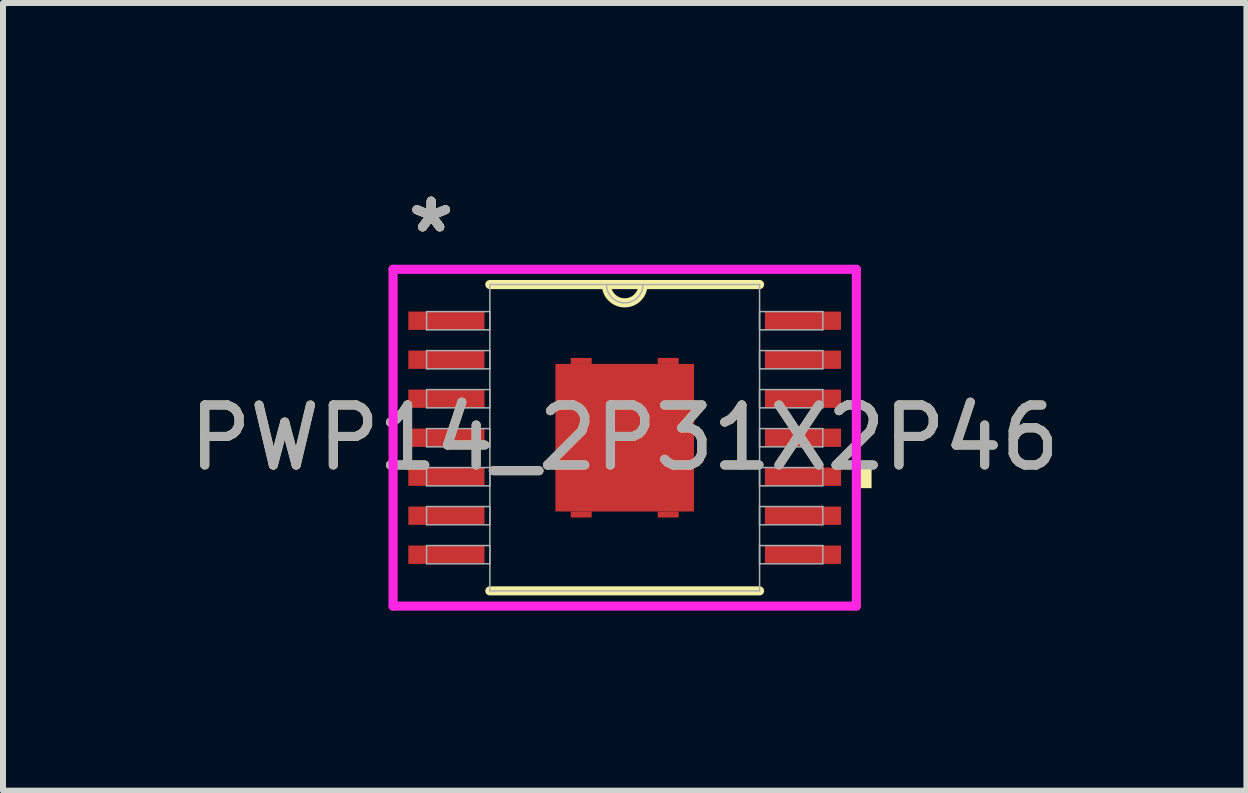
<source format=kicad_pcb>
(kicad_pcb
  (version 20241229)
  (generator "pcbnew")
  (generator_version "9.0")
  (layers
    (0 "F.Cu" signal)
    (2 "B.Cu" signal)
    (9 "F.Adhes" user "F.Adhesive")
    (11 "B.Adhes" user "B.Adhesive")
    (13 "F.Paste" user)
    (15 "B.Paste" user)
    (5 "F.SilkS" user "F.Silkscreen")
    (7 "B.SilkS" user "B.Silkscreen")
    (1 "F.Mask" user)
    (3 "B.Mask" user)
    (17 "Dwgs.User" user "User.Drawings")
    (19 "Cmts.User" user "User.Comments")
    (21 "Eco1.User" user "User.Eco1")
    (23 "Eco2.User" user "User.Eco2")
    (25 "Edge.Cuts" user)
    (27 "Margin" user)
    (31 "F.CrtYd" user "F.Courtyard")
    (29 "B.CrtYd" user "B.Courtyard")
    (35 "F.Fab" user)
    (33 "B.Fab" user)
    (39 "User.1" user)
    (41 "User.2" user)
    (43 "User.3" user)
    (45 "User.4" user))
  (footprint "PWP14_2P31X2P46"
    (layer "F.Cu")
    (at 7.363 4.246)
    (property "Reference" "PWP14_2P31X2P46" (at 0 0 0) (unlocked yes) (layer "F.SilkS") (effects (font (size 1 1) (thickness 0.15))))
    (attr smd)
    (fp_poly (pts (xy -0.55 -1.23) (xy -0.55 -1.33) (xy -0.9 -1.33) (xy -0.9 -1.23)) (stroke (width 0) (type solid)) (fill yes) (layer "F.Cu"))
    (fp_poly (pts (xy -0.55 1.23) (xy -0.55 1.33) (xy -0.9 1.33) (xy -0.9 1.23)) (stroke (width 0) (type solid)) (fill yes) (layer "F.Cu"))
    (fp_poly (pts (xy 0.55 -1.23) (xy 0.55 -1.33) (xy 0.9 -1.33) (xy 0.9 -1.23)) (stroke (width 0) (type solid)) (fill yes) (layer "F.Cu"))
    (fp_poly (pts (xy 0.55 1.23) (xy 0.55 1.33) (xy 0.9 1.33) (xy 0.9 1.23)) (stroke (width 0) (type solid)) (fill yes) (layer "F.Cu"))
    (fp_poly (pts (xy -0.55 -1.23) (xy -0.55 -1.33) (xy -0.9 -1.33) (xy -0.9 -1.23)) (stroke (width 0) (type solid)) (fill yes) (layer "F.Mask"))
    (fp_poly (pts (xy -0.55 1.23) (xy -0.55 1.33) (xy -0.9 1.33) (xy -0.9 1.23)) (stroke (width 0) (type solid)) (fill yes) (layer "F.Mask"))
    (fp_poly (pts (xy 0.55 -1.23) (xy 0.55 -1.33) (xy 0.9 -1.33) (xy 0.9 -1.23)) (stroke (width 0) (type solid)) (fill yes) (layer "F.Mask"))
    (fp_poly (pts (xy 0.55 1.23) (xy 0.55 1.33) (xy 0.9 1.33) (xy 0.9 1.23)) (stroke (width 0) (type solid)) (fill yes) (layer "F.Mask"))
    (fp_line (start -2.248 2.553) (end 2.248 2.553) (stroke (width 0.152) (type solid)) (layer "F.SilkS"))
    (fp_line (start 2.248 -2.553) (end -2.248 -2.553) (stroke (width 0.152) (type solid)) (layer "F.SilkS"))
    (fp_arc (start 0.3048 -2.5527) (mid 0 -2.2479) (end -0.3048 -2.5527) (stroke (width 0.1524) (type solid)) (layer "F.SilkS"))
    (fp_poly (pts (xy 4.115 0.46) (xy 4.115 0.841) (xy 3.861 0.841) (xy 3.861 0.46)) (stroke (width 0) (type solid)) (fill yes) (layer "F.SilkS"))
    (fp_line (start -3.861 -2.807) (end 3.861 -2.807) (stroke (width 0.152) (type solid)) (layer "F.CrtYd"))
    (fp_line (start -3.861 2.807) (end -3.861 -2.807) (stroke (width 0.152) (type solid)) (layer "F.CrtYd"))
    (fp_line (start 3.861 -2.807) (end 3.861 2.807) (stroke (width 0.152) (type solid)) (layer "F.CrtYd"))
    (fp_line (start 3.861 2.807) (end -3.861 2.807) (stroke (width 0.152) (type solid)) (layer "F.CrtYd"))
    (fp_line (start -3.302 -2.102) (end -3.302 -1.798) (stroke (width 0.025) (type solid)) (layer "F.Fab"))
    (fp_line (start -3.302 -1.798) (end -2.248 -1.798) (stroke (width 0.025) (type solid)) (layer "F.Fab"))
    (fp_line (start -3.302 -1.452) (end -3.302 -1.148) (stroke (width 0.025) (type solid)) (layer "F.Fab"))
    (fp_line (start -3.302 -1.148) (end -2.248 -1.148) (stroke (width 0.025) (type solid)) (layer "F.Fab"))
    (fp_line (start -3.302 -0.802) (end -3.302 -0.498) (stroke (width 0.025) (type solid)) (layer "F.Fab"))
    (fp_line (start -3.302 -0.498) (end -2.248 -0.498) (stroke (width 0.025) (type solid)) (layer "F.Fab"))
    (fp_line (start -3.302 -0.152) (end -3.302 0.152) (stroke (width 0.025) (type solid)) (layer "F.Fab"))
    (fp_line (start -3.302 0.152) (end -2.248 0.152) (stroke (width 0.025) (type solid)) (layer "F.Fab"))
    (fp_line (start -3.302 0.498) (end -3.302 0.802) (stroke (width 0.025) (type solid)) (layer "F.Fab"))
    (fp_line (start -3.302 0.802) (end -2.248 0.802) (stroke (width 0.025) (type solid)) (layer "F.Fab"))
    (fp_line (start -3.302 1.148) (end -3.302 1.452) (stroke (width 0.025) (type solid)) (layer "F.Fab"))
    (fp_line (start -3.302 1.452) (end -2.248 1.452) (stroke (width 0.025) (type solid)) (layer "F.Fab"))
    (fp_line (start -3.302 1.798) (end -3.302 2.102) (stroke (width 0.025) (type solid)) (layer "F.Fab"))
    (fp_line (start -3.302 2.102) (end -2.248 2.102) (stroke (width 0.025) (type solid)) (layer "F.Fab"))
    (fp_line (start -2.248 -2.553) (end -2.248 2.553) (stroke (width 0.025) (type solid)) (layer "F.Fab"))
    (fp_line (start -2.248 -2.102) (end -3.302 -2.102) (stroke (width 0.025) (type solid)) (layer "F.Fab"))
    (fp_line (start -2.248 -1.798) (end -2.248 -2.102) (stroke (width 0.025) (type solid)) (layer "F.Fab"))
    (fp_line (start -2.248 -1.452) (end -3.302 -1.452) (stroke (width 0.025) (type solid)) (layer "F.Fab"))
    (fp_line (start -2.248 -1.148) (end -2.248 -1.452) (stroke (width 0.025) (type solid)) (layer "F.Fab"))
    (fp_line (start -2.248 -0.802) (end -3.302 -0.802) (stroke (width 0.025) (type solid)) (layer "F.Fab"))
    (fp_line (start -2.248 -0.498) (end -2.248 -0.802) (stroke (width 0.025) (type solid)) (layer "F.Fab"))
    (fp_line (start -2.248 -0.152) (end -3.302 -0.152) (stroke (width 0.025) (type solid)) (layer "F.Fab"))
    (fp_line (start -2.248 0.152) (end -2.248 -0.152) (stroke (width 0.025) (type solid)) (layer "F.Fab"))
    (fp_line (start -2.248 0.498) (end -3.302 0.498) (stroke (width 0.025) (type solid)) (layer "F.Fab"))
    (fp_line (start -2.248 0.802) (end -2.248 0.498) (stroke (width 0.025) (type solid)) (layer "F.Fab"))
    (fp_line (start -2.248 1.148) (end -3.302 1.148) (stroke (width 0.025) (type solid)) (layer "F.Fab"))
    (fp_line (start -2.248 1.452) (end -2.248 1.148) (stroke (width 0.025) (type solid)) (layer "F.Fab"))
    (fp_line (start -2.248 1.798) (end -3.302 1.798) (stroke (width 0.025) (type solid)) (layer "F.Fab"))
    (fp_line (start -2.248 2.102) (end -2.248 1.798) (stroke (width 0.025) (type solid)) (layer "F.Fab"))
    (fp_line (start -2.248 2.553) (end 2.248 2.553) (stroke (width 0.025) (type solid)) (layer "F.Fab"))
    (fp_line (start 2.248 -2.553) (end -2.248 -2.553) (stroke (width 0.025) (type solid)) (layer "F.Fab"))
    (fp_line (start 2.248 -2.102) (end 2.248 -1.798) (stroke (width 0.025) (type solid)) (layer "F.Fab"))
    (fp_line (start 2.248 -1.798) (end 3.302 -1.798) (stroke (width 0.025) (type solid)) (layer "F.Fab"))
    (fp_line (start 2.248 -1.452) (end 2.248 -1.148) (stroke (width 0.025) (type solid)) (layer "F.Fab"))
    (fp_line (start 2.248 -1.148) (end 3.302 -1.148) (stroke (width 0.025) (type solid)) (layer "F.Fab"))
    (fp_line (start 2.248 -0.802) (end 2.248 -0.498) (stroke (width 0.025) (type solid)) (layer "F.Fab"))
    (fp_line (start 2.248 -0.498) (end 3.302 -0.498) (stroke (width 0.025) (type solid)) (layer "F.Fab"))
    (fp_line (start 2.248 -0.152) (end 2.248 0.152) (stroke (width 0.025) (type solid)) (layer "F.Fab"))
    (fp_line (start 2.248 0.152) (end 3.302 0.152) (stroke (width 0.025) (type solid)) (layer "F.Fab"))
    (fp_line (start 2.248 0.498) (end 2.248 0.802) (stroke (width 0.025) (type solid)) (layer "F.Fab"))
    (fp_line (start 2.248 0.802) (end 3.302 0.802) (stroke (width 0.025) (type solid)) (layer "F.Fab"))
    (fp_line (start 2.248 1.148) (end 2.248 1.452) (stroke (width 0.025) (type solid)) (layer "F.Fab"))
    (fp_line (start 2.248 1.452) (end 3.302 1.452) (stroke (width 0.025) (type solid)) (layer "F.Fab"))
    (fp_line (start 2.248 1.798) (end 2.248 2.102) (stroke (width 0.025) (type solid)) (layer "F.Fab"))
    (fp_line (start 2.248 2.102) (end 3.302 2.102) (stroke (width 0.025) (type solid)) (layer "F.Fab"))
    (fp_line (start 2.248 2.553) (end 2.248 -2.553) (stroke (width 0.025) (type solid)) (layer "F.Fab"))
    (fp_line (start 3.302 -2.102) (end 2.248 -2.102) (stroke (width 0.025) (type solid)) (layer "F.Fab"))
    (fp_line (start 3.302 -1.798) (end 3.302 -2.102) (stroke (width 0.025) (type solid)) (layer "F.Fab"))
    (fp_line (start 3.302 -1.452) (end 2.248 -1.452) (stroke (width 0.025) (type solid)) (layer "F.Fab"))
    (fp_line (start 3.302 -1.148) (end 3.302 -1.452) (stroke (width 0.025) (type solid)) (layer "F.Fab"))
    (fp_line (start 3.302 -0.802) (end 2.248 -0.802) (stroke (width 0.025) (type solid)) (layer "F.Fab"))
    (fp_line (start 3.302 -0.498) (end 3.302 -0.802) (stroke (width 0.025) (type solid)) (layer "F.Fab"))
    (fp_line (start 3.302 -0.152) (end 2.248 -0.152) (stroke (width 0.025) (type solid)) (layer "F.Fab"))
    (fp_line (start 3.302 0.152) (end 3.302 -0.152) (stroke (width 0.025) (type solid)) (layer "F.Fab"))
    (fp_line (start 3.302 0.498) (end 2.248 0.498) (stroke (width 0.025) (type solid)) (layer "F.Fab"))
    (fp_line (start 3.302 0.802) (end 3.302 0.498) (stroke (width 0.025) (type solid)) (layer "F.Fab"))
    (fp_line (start 3.302 1.148) (end 2.248 1.148) (stroke (width 0.025) (type solid)) (layer "F.Fab"))
    (fp_line (start 3.302 1.452) (end 3.302 1.148) (stroke (width 0.025) (type solid)) (layer "F.Fab"))
    (fp_line (start 3.302 1.798) (end 2.248 1.798) (stroke (width 0.025) (type solid)) (layer "F.Fab"))
    (fp_line (start 3.302 2.102) (end 3.302 1.798) (stroke (width 0.025) (type solid)) (layer "F.Fab"))
    (fp_arc (start 0.3048 -2.5527) (mid 0 -2.2479) (end -0.3048 -2.5527) (stroke (width 0.0254) (type solid)) (layer "F.Fab"))
    (fp_text user "*" (at -3.226 -3.398 0) (layer "F.SilkS") (effects (font (size 1 1) (thickness 0.15))))
    (fp_text user "*" (at -3.226 -3.398 0) (unlocked yes) (layer "F.SilkS") (effects (font (size 1 1) (thickness 0.15))))
    (fp_text user "${REFERENCE}" (at 0 0 0) (unlocked yes) (layer "F.Fab") (effects (font (size 1 1) (thickness 0.15))))
    (fp_text user "*" (at -3.226 -3.398 0) (layer "F.Fab") (effects (font (size 1 1) (thickness 0.15))))
    (fp_text user "*" (at -3.226 -3.398 0) (unlocked yes) (layer "F.Fab") (effects (font (size 1 1) (thickness 0.15))))
    (pad "1" smd rect (at -2.972 -1.95) (size 1.27 0.305) (layers "F.Cu" "F.Mask" "F.Paste"))
    (pad "2" smd rect (at -2.972 -1.3) (size 1.27 0.305) (layers "F.Cu" "F.Mask" "F.Paste"))
    (pad "3" smd rect (at -2.972 -0.65) (size 1.27 0.305) (layers "F.Cu" "F.Mask" "F.Paste"))
    (pad "4" smd rect (at -2.972 0) (size 1.27 0.305) (layers "F.Cu" "F.Mask" "F.Paste"))
    (pad "5" smd rect (at -2.972 0.65) (size 1.27 0.305) (layers "F.Cu" "F.Mask" "F.Paste"))
    (pad "6" smd rect (at -2.972 1.3) (size 1.27 0.305) (layers "F.Cu" "F.Mask" "F.Paste"))
    (pad "7" smd rect (at -2.972 1.95) (size 1.27 0.305) (layers "F.Cu" "F.Mask" "F.Paste"))
    (pad "8" smd rect (at 2.972 1.95) (size 1.27 0.305) (layers "F.Cu" "F.Mask" "F.Paste"))
    (pad "9" smd rect (at 2.972 1.3) (size 1.27 0.305) (layers "F.Cu" "F.Mask" "F.Paste"))
    (pad "10" smd rect (at 2.972 0.65) (size 1.27 0.305) (layers "F.Cu" "F.Mask" "F.Paste"))
    (pad "11" smd rect (at 2.972 0) (size 1.27 0.305) (layers "F.Cu" "F.Mask" "F.Paste"))
    (pad "12" smd rect (at 2.972 -0.65) (size 1.27 0.305) (layers "F.Cu" "F.Mask" "F.Paste"))
    (pad "13" smd rect (at 2.972 -1.3) (size 1.27 0.305) (layers "F.Cu" "F.Mask" "F.Paste"))
    (pad "14" smd rect (at 2.972 -1.95) (size 1.27 0.305) (layers "F.Cu" "F.Mask" "F.Paste"))
    (pad "15" smd rect (at 0 0) (size 2.31 2.46) (layers "F.Cu" "F.Mask" "F.Paste")))
  (gr_rect
    (start -3 -3)
    (end 17.726 10.129)
    (stroke (width 0.1) (type default))
    (fill no)
    (layer "Edge.Cuts")))
</source>
